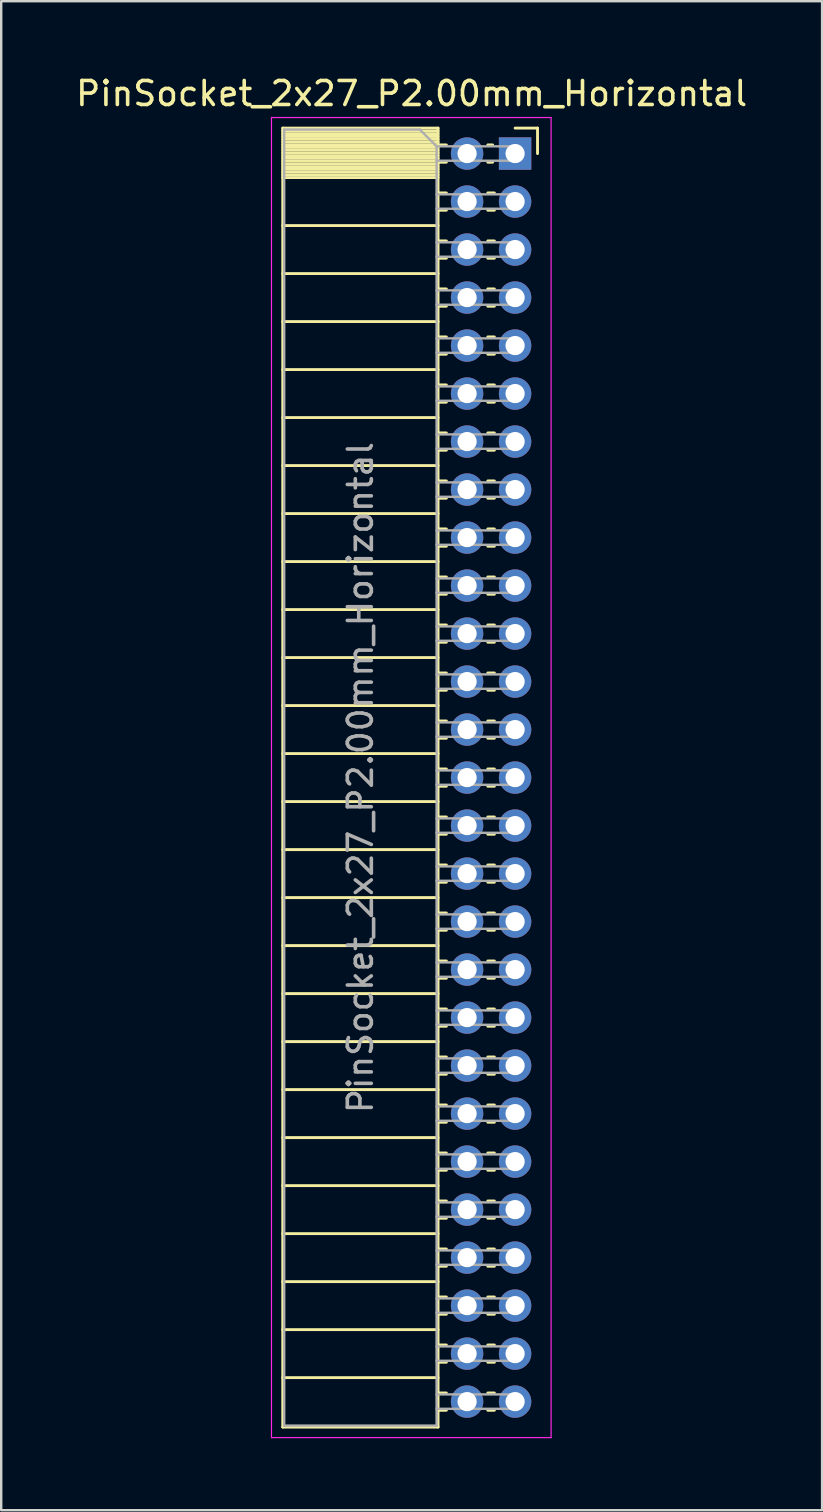
<source format=kicad_pcb>
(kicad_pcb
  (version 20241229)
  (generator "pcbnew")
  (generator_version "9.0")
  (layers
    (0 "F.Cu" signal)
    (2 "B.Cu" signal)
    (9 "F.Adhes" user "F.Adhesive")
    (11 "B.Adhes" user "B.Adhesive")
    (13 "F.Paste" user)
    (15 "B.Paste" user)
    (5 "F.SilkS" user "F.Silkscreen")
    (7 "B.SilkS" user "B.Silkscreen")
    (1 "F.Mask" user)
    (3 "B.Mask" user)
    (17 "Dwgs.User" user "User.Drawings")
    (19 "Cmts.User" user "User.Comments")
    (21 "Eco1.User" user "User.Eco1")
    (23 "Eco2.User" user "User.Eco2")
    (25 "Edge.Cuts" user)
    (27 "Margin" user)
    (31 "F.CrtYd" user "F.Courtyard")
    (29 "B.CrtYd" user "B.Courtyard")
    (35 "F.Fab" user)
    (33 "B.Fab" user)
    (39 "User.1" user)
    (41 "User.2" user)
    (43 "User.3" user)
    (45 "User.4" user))
  (footprint "PinSocket_2x27_P2.00mm_Horizontal"
    (layer "F.Cu")
    (at 18.411 3.348)
    (property "Reference" "PinSocket_2x27_P2.00mm_Horizontal" (at -4.31 -2.5 0) (layer "F.SilkS") (effects (font (size 1 1) (thickness 0.15))))
    (attr through_hole)
    (fp_line (start -9.68 -1.06) (end -9.68 53.06) (stroke (width 0.12) (type solid)) (layer "F.SilkS"))
    (fp_line (start -9.68 -1.06) (end -3.21 -1.06) (stroke (width 0.12) (type solid)) (layer "F.SilkS"))
    (fp_line (start -9.68 -0.94) (end -3.21 -0.94) (stroke (width 0.12) (type solid)) (layer "F.SilkS"))
    (fp_line (start -9.68 -0.826) (end -3.21 -0.826) (stroke (width 0.12) (type solid)) (layer "F.SilkS"))
    (fp_line (start -9.68 -0.712) (end -3.21 -0.712) (stroke (width 0.12) (type solid)) (layer "F.SilkS"))
    (fp_line (start -9.68 -0.598) (end -3.21 -0.598) (stroke (width 0.12) (type solid)) (layer "F.SilkS"))
    (fp_line (start -9.68 -0.484) (end -3.21 -0.484) (stroke (width 0.12) (type solid)) (layer "F.SilkS"))
    (fp_line (start -9.68 -0.369) (end -3.21 -0.369) (stroke (width 0.12) (type solid)) (layer "F.SilkS"))
    (fp_line (start -9.68 -0.255) (end -3.21 -0.255) (stroke (width 0.12) (type solid)) (layer "F.SilkS"))
    (fp_line (start -9.68 -0.141) (end -3.21 -0.141) (stroke (width 0.12) (type solid)) (layer "F.SilkS"))
    (fp_line (start -9.68 -0.027) (end -3.21 -0.027) (stroke (width 0.12) (type solid)) (layer "F.SilkS"))
    (fp_line (start -9.68 0.087) (end -3.21 0.087) (stroke (width 0.12) (type solid)) (layer "F.SilkS"))
    (fp_line (start -9.68 0.201) (end -3.21 0.201) (stroke (width 0.12) (type solid)) (layer "F.SilkS"))
    (fp_line (start -9.68 0.315) (end -3.21 0.315) (stroke (width 0.12) (type solid)) (layer "F.SilkS"))
    (fp_line (start -9.68 0.429) (end -3.21 0.429) (stroke (width 0.12) (type solid)) (layer "F.SilkS"))
    (fp_line (start -9.68 0.544) (end -3.21 0.544) (stroke (width 0.12) (type solid)) (layer "F.SilkS"))
    (fp_line (start -9.68 0.658) (end -3.21 0.658) (stroke (width 0.12) (type solid)) (layer "F.SilkS"))
    (fp_line (start -9.68 0.772) (end -3.21 0.772) (stroke (width 0.12) (type solid)) (layer "F.SilkS"))
    (fp_line (start -9.68 0.886) (end -3.21 0.886) (stroke (width 0.12) (type solid)) (layer "F.SilkS"))
    (fp_line (start -9.68 1) (end -3.21 1) (stroke (width 0.12) (type solid)) (layer "F.SilkS"))
    (fp_line (start -9.68 3) (end -3.21 3) (stroke (width 0.12) (type solid)) (layer "F.SilkS"))
    (fp_line (start -9.68 5) (end -3.21 5) (stroke (width 0.12) (type solid)) (layer "F.SilkS"))
    (fp_line (start -9.68 7) (end -3.21 7) (stroke (width 0.12) (type solid)) (layer "F.SilkS"))
    (fp_line (start -9.68 9) (end -3.21 9) (stroke (width 0.12) (type solid)) (layer "F.SilkS"))
    (fp_line (start -9.68 11) (end -3.21 11) (stroke (width 0.12) (type solid)) (layer "F.SilkS"))
    (fp_line (start -9.68 13) (end -3.21 13) (stroke (width 0.12) (type solid)) (layer "F.SilkS"))
    (fp_line (start -9.68 15) (end -3.21 15) (stroke (width 0.12) (type solid)) (layer "F.SilkS"))
    (fp_line (start -9.68 17) (end -3.21 17) (stroke (width 0.12) (type solid)) (layer "F.SilkS"))
    (fp_line (start -9.68 19) (end -3.21 19) (stroke (width 0.12) (type solid)) (layer "F.SilkS"))
    (fp_line (start -9.68 21) (end -3.21 21) (stroke (width 0.12) (type solid)) (layer "F.SilkS"))
    (fp_line (start -9.68 23) (end -3.21 23) (stroke (width 0.12) (type solid)) (layer "F.SilkS"))
    (fp_line (start -9.68 25) (end -3.21 25) (stroke (width 0.12) (type solid)) (layer "F.SilkS"))
    (fp_line (start -9.68 27) (end -3.21 27) (stroke (width 0.12) (type solid)) (layer "F.SilkS"))
    (fp_line (start -9.68 29) (end -3.21 29) (stroke (width 0.12) (type solid)) (layer "F.SilkS"))
    (fp_line (start -9.68 31) (end -3.21 31) (stroke (width 0.12) (type solid)) (layer "F.SilkS"))
    (fp_line (start -9.68 33) (end -3.21 33) (stroke (width 0.12) (type solid)) (layer "F.SilkS"))
    (fp_line (start -9.68 35) (end -3.21 35) (stroke (width 0.12) (type solid)) (layer "F.SilkS"))
    (fp_line (start -9.68 37) (end -3.21 37) (stroke (width 0.12) (type solid)) (layer "F.SilkS"))
    (fp_line (start -9.68 39) (end -3.21 39) (stroke (width 0.12) (type solid)) (layer "F.SilkS"))
    (fp_line (start -9.68 41) (end -3.21 41) (stroke (width 0.12) (type solid)) (layer "F.SilkS"))
    (fp_line (start -9.68 43) (end -3.21 43) (stroke (width 0.12) (type solid)) (layer "F.SilkS"))
    (fp_line (start -9.68 45) (end -3.21 45) (stroke (width 0.12) (type solid)) (layer "F.SilkS"))
    (fp_line (start -9.68 47) (end -3.21 47) (stroke (width 0.12) (type solid)) (layer "F.SilkS"))
    (fp_line (start -9.68 49) (end -3.21 49) (stroke (width 0.12) (type solid)) (layer "F.SilkS"))
    (fp_line (start -9.68 51) (end -3.21 51) (stroke (width 0.12) (type solid)) (layer "F.SilkS"))
    (fp_line (start -9.68 53.06) (end -3.21 53.06) (stroke (width 0.12) (type solid)) (layer "F.SilkS"))
    (fp_line (start -3.21 -1.06) (end -3.21 53.06) (stroke (width 0.12) (type solid)) (layer "F.SilkS"))
    (fp_line (start -3.21 -0.36) (end -2.863 -0.36) (stroke (width 0.12) (type solid)) (layer "F.SilkS"))
    (fp_line (start -3.21 0.36) (end -2.863 0.36) (stroke (width 0.12) (type solid)) (layer "F.SilkS"))
    (fp_line (start -3.21 1.64) (end -2.863 1.64) (stroke (width 0.12) (type solid)) (layer "F.SilkS"))
    (fp_line (start -3.21 2.36) (end -2.863 2.36) (stroke (width 0.12) (type solid)) (layer "F.SilkS"))
    (fp_line (start -3.21 3.64) (end -2.863 3.64) (stroke (width 0.12) (type solid)) (layer "F.SilkS"))
    (fp_line (start -3.21 4.36) (end -2.863 4.36) (stroke (width 0.12) (type solid)) (layer "F.SilkS"))
    (fp_line (start -3.21 5.64) (end -2.863 5.64) (stroke (width 0.12) (type solid)) (layer "F.SilkS"))
    (fp_line (start -3.21 6.36) (end -2.863 6.36) (stroke (width 0.12) (type solid)) (layer "F.SilkS"))
    (fp_line (start -3.21 7.64) (end -2.863 7.64) (stroke (width 0.12) (type solid)) (layer "F.SilkS"))
    (fp_line (start -3.21 8.36) (end -2.863 8.36) (stroke (width 0.12) (type solid)) (layer "F.SilkS"))
    (fp_line (start -3.21 9.64) (end -2.863 9.64) (stroke (width 0.12) (type solid)) (layer "F.SilkS"))
    (fp_line (start -3.21 10.36) (end -2.863 10.36) (stroke (width 0.12) (type solid)) (layer "F.SilkS"))
    (fp_line (start -3.21 11.64) (end -2.863 11.64) (stroke (width 0.12) (type solid)) (layer "F.SilkS"))
    (fp_line (start -3.21 12.36) (end -2.863 12.36) (stroke (width 0.12) (type solid)) (layer "F.SilkS"))
    (fp_line (start -3.21 13.64) (end -2.863 13.64) (stroke (width 0.12) (type solid)) (layer "F.SilkS"))
    (fp_line (start -3.21 14.36) (end -2.863 14.36) (stroke (width 0.12) (type solid)) (layer "F.SilkS"))
    (fp_line (start -3.21 15.64) (end -2.863 15.64) (stroke (width 0.12) (type solid)) (layer "F.SilkS"))
    (fp_line (start -3.21 16.36) (end -2.863 16.36) (stroke (width 0.12) (type solid)) (layer "F.SilkS"))
    (fp_line (start -3.21 17.64) (end -2.863 17.64) (stroke (width 0.12) (type solid)) (layer "F.SilkS"))
    (fp_line (start -3.21 18.36) (end -2.863 18.36) (stroke (width 0.12) (type solid)) (layer "F.SilkS"))
    (fp_line (start -3.21 19.64) (end -2.863 19.64) (stroke (width 0.12) (type solid)) (layer "F.SilkS"))
    (fp_line (start -3.21 20.36) (end -2.863 20.36) (stroke (width 0.12) (type solid)) (layer "F.SilkS"))
    (fp_line (start -3.21 21.64) (end -2.863 21.64) (stroke (width 0.12) (type solid)) (layer "F.SilkS"))
    (fp_line (start -3.21 22.36) (end -2.863 22.36) (stroke (width 0.12) (type solid)) (layer "F.SilkS"))
    (fp_line (start -3.21 23.64) (end -2.863 23.64) (stroke (width 0.12) (type solid)) (layer "F.SilkS"))
    (fp_line (start -3.21 24.36) (end -2.863 24.36) (stroke (width 0.12) (type solid)) (layer "F.SilkS"))
    (fp_line (start -3.21 25.64) (end -2.863 25.64) (stroke (width 0.12) (type solid)) (layer "F.SilkS"))
    (fp_line (start -3.21 26.36) (end -2.863 26.36) (stroke (width 0.12) (type solid)) (layer "F.SilkS"))
    (fp_line (start -3.21 27.64) (end -2.863 27.64) (stroke (width 0.12) (type solid)) (layer "F.SilkS"))
    (fp_line (start -3.21 28.36) (end -2.863 28.36) (stroke (width 0.12) (type solid)) (layer "F.SilkS"))
    (fp_line (start -3.21 29.64) (end -2.863 29.64) (stroke (width 0.12) (type solid)) (layer "F.SilkS"))
    (fp_line (start -3.21 30.36) (end -2.863 30.36) (stroke (width 0.12) (type solid)) (layer "F.SilkS"))
    (fp_line (start -3.21 31.64) (end -2.863 31.64) (stroke (width 0.12) (type solid)) (layer "F.SilkS"))
    (fp_line (start -3.21 32.36) (end -2.863 32.36) (stroke (width 0.12) (type solid)) (layer "F.SilkS"))
    (fp_line (start -3.21 33.64) (end -2.863 33.64) (stroke (width 0.12) (type solid)) (layer "F.SilkS"))
    (fp_line (start -3.21 34.36) (end -2.863 34.36) (stroke (width 0.12) (type solid)) (layer "F.SilkS"))
    (fp_line (start -3.21 35.64) (end -2.863 35.64) (stroke (width 0.12) (type solid)) (layer "F.SilkS"))
    (fp_line (start -3.21 36.36) (end -2.863 36.36) (stroke (width 0.12) (type solid)) (layer "F.SilkS"))
    (fp_line (start -3.21 37.64) (end -2.863 37.64) (stroke (width 0.12) (type solid)) (layer "F.SilkS"))
    (fp_line (start -3.21 38.36) (end -2.863 38.36) (stroke (width 0.12) (type solid)) (layer "F.SilkS"))
    (fp_line (start -3.21 39.64) (end -2.863 39.64) (stroke (width 0.12) (type solid)) (layer "F.SilkS"))
    (fp_line (start -3.21 40.36) (end -2.863 40.36) (stroke (width 0.12) (type solid)) (layer "F.SilkS"))
    (fp_line (start -3.21 41.64) (end -2.863 41.64) (stroke (width 0.12) (type solid)) (layer "F.SilkS"))
    (fp_line (start -3.21 42.36) (end -2.863 42.36) (stroke (width 0.12) (type solid)) (layer "F.SilkS"))
    (fp_line (start -3.21 43.64) (end -2.863 43.64) (stroke (width 0.12) (type solid)) (layer "F.SilkS"))
    (fp_line (start -3.21 44.36) (end -2.863 44.36) (stroke (width 0.12) (type solid)) (layer "F.SilkS"))
    (fp_line (start -3.21 45.64) (end -2.863 45.64) (stroke (width 0.12) (type solid)) (layer "F.SilkS"))
    (fp_line (start -3.21 46.36) (end -2.863 46.36) (stroke (width 0.12) (type solid)) (layer "F.SilkS"))
    (fp_line (start -3.21 47.64) (end -2.863 47.64) (stroke (width 0.12) (type solid)) (layer "F.SilkS"))
    (fp_line (start -3.21 48.36) (end -2.863 48.36) (stroke (width 0.12) (type solid)) (layer "F.SilkS"))
    (fp_line (start -3.21 49.64) (end -2.863 49.64) (stroke (width 0.12) (type solid)) (layer "F.SilkS"))
    (fp_line (start -3.21 50.36) (end -2.863 50.36) (stroke (width 0.12) (type solid)) (layer "F.SilkS"))
    (fp_line (start -3.21 51.64) (end -2.863 51.64) (stroke (width 0.12) (type solid)) (layer "F.SilkS"))
    (fp_line (start -3.21 52.36) (end -2.863 52.36) (stroke (width 0.12) (type solid)) (layer "F.SilkS"))
    (fp_line (start -1.137 -0.36) (end -0.935 -0.36) (stroke (width 0.12) (type solid)) (layer "F.SilkS"))
    (fp_line (start -1.137 0.36) (end -0.935 0.36) (stroke (width 0.12) (type solid)) (layer "F.SilkS"))
    (fp_line (start -1.137 1.64) (end -0.863 1.64) (stroke (width 0.12) (type solid)) (layer "F.SilkS"))
    (fp_line (start -1.137 2.36) (end -0.863 2.36) (stroke (width 0.12) (type solid)) (layer "F.SilkS"))
    (fp_line (start -1.137 3.64) (end -0.863 3.64) (stroke (width 0.12) (type solid)) (layer "F.SilkS"))
    (fp_line (start -1.137 4.36) (end -0.863 4.36) (stroke (width 0.12) (type solid)) (layer "F.SilkS"))
    (fp_line (start -1.137 5.64) (end -0.863 5.64) (stroke (width 0.12) (type solid)) (layer "F.SilkS"))
    (fp_line (start -1.137 6.36) (end -0.863 6.36) (stroke (width 0.12) (type solid)) (layer "F.SilkS"))
    (fp_line (start -1.137 7.64) (end -0.863 7.64) (stroke (width 0.12) (type solid)) (layer "F.SilkS"))
    (fp_line (start -1.137 8.36) (end -0.863 8.36) (stroke (width 0.12) (type solid)) (layer "F.SilkS"))
    (fp_line (start -1.137 9.64) (end -0.863 9.64) (stroke (width 0.12) (type solid)) (layer "F.SilkS"))
    (fp_line (start -1.137 10.36) (end -0.863 10.36) (stroke (width 0.12) (type solid)) (layer "F.SilkS"))
    (fp_line (start -1.137 11.64) (end -0.863 11.64) (stroke (width 0.12) (type solid)) (layer "F.SilkS"))
    (fp_line (start -1.137 12.36) (end -0.863 12.36) (stroke (width 0.12) (type solid)) (layer "F.SilkS"))
    (fp_line (start -1.137 13.64) (end -0.863 13.64) (stroke (width 0.12) (type solid)) (layer "F.SilkS"))
    (fp_line (start -1.137 14.36) (end -0.863 14.36) (stroke (width 0.12) (type solid)) (layer "F.SilkS"))
    (fp_line (start -1.137 15.64) (end -0.863 15.64) (stroke (width 0.12) (type solid)) (layer "F.SilkS"))
    (fp_line (start -1.137 16.36) (end -0.863 16.36) (stroke (width 0.12) (type solid)) (layer "F.SilkS"))
    (fp_line (start -1.137 17.64) (end -0.863 17.64) (stroke (width 0.12) (type solid)) (layer "F.SilkS"))
    (fp_line (start -1.137 18.36) (end -0.863 18.36) (stroke (width 0.12) (type solid)) (layer "F.SilkS"))
    (fp_line (start -1.137 19.64) (end -0.863 19.64) (stroke (width 0.12) (type solid)) (layer "F.SilkS"))
    (fp_line (start -1.137 20.36) (end -0.863 20.36) (stroke (width 0.12) (type solid)) (layer "F.SilkS"))
    (fp_line (start -1.137 21.64) (end -0.863 21.64) (stroke (width 0.12) (type solid)) (layer "F.SilkS"))
    (fp_line (start -1.137 22.36) (end -0.863 22.36) (stroke (width 0.12) (type solid)) (layer "F.SilkS"))
    (fp_line (start -1.137 23.64) (end -0.863 23.64) (stroke (width 0.12) (type solid)) (layer "F.SilkS"))
    (fp_line (start -1.137 24.36) (end -0.863 24.36) (stroke (width 0.12) (type solid)) (layer "F.SilkS"))
    (fp_line (start -1.137 25.64) (end -0.863 25.64) (stroke (width 0.12) (type solid)) (layer "F.SilkS"))
    (fp_line (start -1.137 26.36) (end -0.863 26.36) (stroke (width 0.12) (type solid)) (layer "F.SilkS"))
    (fp_line (start -1.137 27.64) (end -0.863 27.64) (stroke (width 0.12) (type solid)) (layer "F.SilkS"))
    (fp_line (start -1.137 28.36) (end -0.863 28.36) (stroke (width 0.12) (type solid)) (layer "F.SilkS"))
    (fp_line (start -1.137 29.64) (end -0.863 29.64) (stroke (width 0.12) (type solid)) (layer "F.SilkS"))
    (fp_line (start -1.137 30.36) (end -0.863 30.36) (stroke (width 0.12) (type solid)) (layer "F.SilkS"))
    (fp_line (start -1.137 31.64) (end -0.863 31.64) (stroke (width 0.12) (type solid)) (layer "F.SilkS"))
    (fp_line (start -1.137 32.36) (end -0.863 32.36) (stroke (width 0.12) (type solid)) (layer "F.SilkS"))
    (fp_line (start -1.137 33.64) (end -0.863 33.64) (stroke (width 0.12) (type solid)) (layer "F.SilkS"))
    (fp_line (start -1.137 34.36) (end -0.863 34.36) (stroke (width 0.12) (type solid)) (layer "F.SilkS"))
    (fp_line (start -1.137 35.64) (end -0.863 35.64) (stroke (width 0.12) (type solid)) (layer "F.SilkS"))
    (fp_line (start -1.137 36.36) (end -0.863 36.36) (stroke (width 0.12) (type solid)) (layer "F.SilkS"))
    (fp_line (start -1.137 37.64) (end -0.863 37.64) (stroke (width 0.12) (type solid)) (layer "F.SilkS"))
    (fp_line (start -1.137 38.36) (end -0.863 38.36) (stroke (width 0.12) (type solid)) (layer "F.SilkS"))
    (fp_line (start -1.137 39.64) (end -0.863 39.64) (stroke (width 0.12) (type solid)) (layer "F.SilkS"))
    (fp_line (start -1.137 40.36) (end -0.863 40.36) (stroke (width 0.12) (type solid)) (layer "F.SilkS"))
    (fp_line (start -1.137 41.64) (end -0.863 41.64) (stroke (width 0.12) (type solid)) (layer "F.SilkS"))
    (fp_line (start -1.137 42.36) (end -0.863 42.36) (stroke (width 0.12) (type solid)) (layer "F.SilkS"))
    (fp_line (start -1.137 43.64) (end -0.863 43.64) (stroke (width 0.12) (type solid)) (layer "F.SilkS"))
    (fp_line (start -1.137 44.36) (end -0.863 44.36) (stroke (width 0.12) (type solid)) (layer "F.SilkS"))
    (fp_line (start -1.137 45.64) (end -0.863 45.64) (stroke (width 0.12) (type solid)) (layer "F.SilkS"))
    (fp_line (start -1.137 46.36) (end -0.863 46.36) (stroke (width 0.12) (type solid)) (layer "F.SilkS"))
    (fp_line (start -1.137 47.64) (end -0.863 47.64) (stroke (width 0.12) (type solid)) (layer "F.SilkS"))
    (fp_line (start -1.137 48.36) (end -0.863 48.36) (stroke (width 0.12) (type solid)) (layer "F.SilkS"))
    (fp_line (start -1.137 49.64) (end -0.863 49.64) (stroke (width 0.12) (type solid)) (layer "F.SilkS"))
    (fp_line (start -1.137 50.36) (end -0.863 50.36) (stroke (width 0.12) (type solid)) (layer "F.SilkS"))
    (fp_line (start -1.137 51.64) (end -0.863 51.64) (stroke (width 0.12) (type solid)) (layer "F.SilkS"))
    (fp_line (start -1.137 52.36) (end -0.863 52.36) (stroke (width 0.12) (type solid)) (layer "F.SilkS"))
    (fp_line (start 0 -1.06) (end 0.935 -1.06) (stroke (width 0.12) (type solid)) (layer "F.SilkS"))
    (fp_line (start 0.935 -1.06) (end 0.935 0) (stroke (width 0.12) (type solid)) (layer "F.SilkS"))
    (fp_line (start -10.15 -1.5) (end -10.15 53.5) (stroke (width 0.05) (type solid)) (layer "F.CrtYd"))
    (fp_line (start -10.15 53.5) (end 1.5 53.5) (stroke (width 0.05) (type solid)) (layer "F.CrtYd"))
    (fp_line (start 1.5 -1.5) (end -10.15 -1.5) (stroke (width 0.05) (type solid)) (layer "F.CrtYd"))
    (fp_line (start 1.5 53.5) (end 1.5 -1.5) (stroke (width 0.05) (type solid)) (layer "F.CrtYd"))
    (fp_line (start -9.62 -1) (end -3.97 -1) (stroke (width 0.1) (type solid)) (layer "F.Fab"))
    (fp_line (start -9.62 53) (end -9.62 -1) (stroke (width 0.1) (type solid)) (layer "F.Fab"))
    (fp_line (start -3.97 -1) (end -3.27 -0.3) (stroke (width 0.1) (type solid)) (layer "F.Fab"))
    (fp_line (start -3.27 -0.3) (end -3.27 53) (stroke (width 0.1) (type solid)) (layer "F.Fab"))
    (fp_line (start -3.27 0.3) (end 0 0.3) (stroke (width 0.1) (type solid)) (layer "F.Fab"))
    (fp_line (start -3.27 2.3) (end 0 2.3) (stroke (width 0.1) (type solid)) (layer "F.Fab"))
    (fp_line (start -3.27 4.3) (end 0 4.3) (stroke (width 0.1) (type solid)) (layer "F.Fab"))
    (fp_line (start -3.27 6.3) (end 0 6.3) (stroke (width 0.1) (type solid)) (layer "F.Fab"))
    (fp_line (start -3.27 8.3) (end 0 8.3) (stroke (width 0.1) (type solid)) (layer "F.Fab"))
    (fp_line (start -3.27 10.3) (end 0 10.3) (stroke (width 0.1) (type solid)) (layer "F.Fab"))
    (fp_line (start -3.27 12.3) (end 0 12.3) (stroke (width 0.1) (type solid)) (layer "F.Fab"))
    (fp_line (start -3.27 14.3) (end 0 14.3) (stroke (width 0.1) (type solid)) (layer "F.Fab"))
    (fp_line (start -3.27 16.3) (end 0 16.3) (stroke (width 0.1) (type solid)) (layer "F.Fab"))
    (fp_line (start -3.27 18.3) (end 0 18.3) (stroke (width 0.1) (type solid)) (layer "F.Fab"))
    (fp_line (start -3.27 20.3) (end 0 20.3) (stroke (width 0.1) (type solid)) (layer "F.Fab"))
    (fp_line (start -3.27 22.3) (end 0 22.3) (stroke (width 0.1) (type solid)) (layer "F.Fab"))
    (fp_line (start -3.27 24.3) (end 0 24.3) (stroke (width 0.1) (type solid)) (layer "F.Fab"))
    (fp_line (start -3.27 26.3) (end 0 26.3) (stroke (width 0.1) (type solid)) (layer "F.Fab"))
    (fp_line (start -3.27 28.3) (end 0 28.3) (stroke (width 0.1) (type solid)) (layer "F.Fab"))
    (fp_line (start -3.27 30.3) (end 0 30.3) (stroke (width 0.1) (type solid)) (layer "F.Fab"))
    (fp_line (start -3.27 32.3) (end 0 32.3) (stroke (width 0.1) (type solid)) (layer "F.Fab"))
    (fp_line (start -3.27 34.3) (end 0 34.3) (stroke (width 0.1) (type solid)) (layer "F.Fab"))
    (fp_line (start -3.27 36.3) (end 0 36.3) (stroke (width 0.1) (type solid)) (layer "F.Fab"))
    (fp_line (start -3.27 38.3) (end 0 38.3) (stroke (width 0.1) (type solid)) (layer "F.Fab"))
    (fp_line (start -3.27 40.3) (end 0 40.3) (stroke (width 0.1) (type solid)) (layer "F.Fab"))
    (fp_line (start -3.27 42.3) (end 0 42.3) (stroke (width 0.1) (type solid)) (layer "F.Fab"))
    (fp_line (start -3.27 44.3) (end 0 44.3) (stroke (width 0.1) (type solid)) (layer "F.Fab"))
    (fp_line (start -3.27 46.3) (end 0 46.3) (stroke (width 0.1) (type solid)) (layer "F.Fab"))
    (fp_line (start -3.27 48.3) (end 0 48.3) (stroke (width 0.1) (type solid)) (layer "F.Fab"))
    (fp_line (start -3.27 50.3) (end 0 50.3) (stroke (width 0.1) (type solid)) (layer "F.Fab"))
    (fp_line (start -3.27 52.3) (end 0 52.3) (stroke (width 0.1) (type solid)) (layer "F.Fab"))
    (fp_line (start -3.27 53) (end -9.62 53) (stroke (width 0.1) (type solid)) (layer "F.Fab"))
    (fp_line (start 0 -0.3) (end -3.27 -0.3) (stroke (width 0.1) (type solid)) (layer "F.Fab"))
    (fp_line (start 0 0.3) (end 0 -0.3) (stroke (width 0.1) (type solid)) (layer "F.Fab"))
    (fp_line (start 0 1.7) (end -3.27 1.7) (stroke (width 0.1) (type solid)) (layer "F.Fab"))
    (fp_line (start 0 2.3) (end 0 1.7) (stroke (width 0.1) (type solid)) (layer "F.Fab"))
    (fp_line (start 0 3.7) (end -3.27 3.7) (stroke (width 0.1) (type solid)) (layer "F.Fab"))
    (fp_line (start 0 4.3) (end 0 3.7) (stroke (width 0.1) (type solid)) (layer "F.Fab"))
    (fp_line (start 0 5.7) (end -3.27 5.7) (stroke (width 0.1) (type solid)) (layer "F.Fab"))
    (fp_line (start 0 6.3) (end 0 5.7) (stroke (width 0.1) (type solid)) (layer "F.Fab"))
    (fp_line (start 0 7.7) (end -3.27 7.7) (stroke (width 0.1) (type solid)) (layer "F.Fab"))
    (fp_line (start 0 8.3) (end 0 7.7) (stroke (width 0.1) (type solid)) (layer "F.Fab"))
    (fp_line (start 0 9.7) (end -3.27 9.7) (stroke (width 0.1) (type solid)) (layer "F.Fab"))
    (fp_line (start 0 10.3) (end 0 9.7) (stroke (width 0.1) (type solid)) (layer "F.Fab"))
    (fp_line (start 0 11.7) (end -3.27 11.7) (stroke (width 0.1) (type solid)) (layer "F.Fab"))
    (fp_line (start 0 12.3) (end 0 11.7) (stroke (width 0.1) (type solid)) (layer "F.Fab"))
    (fp_line (start 0 13.7) (end -3.27 13.7) (stroke (width 0.1) (type solid)) (layer "F.Fab"))
    (fp_line (start 0 14.3) (end 0 13.7) (stroke (width 0.1) (type solid)) (layer "F.Fab"))
    (fp_line (start 0 15.7) (end -3.27 15.7) (stroke (width 0.1) (type solid)) (layer "F.Fab"))
    (fp_line (start 0 16.3) (end 0 15.7) (stroke (width 0.1) (type solid)) (layer "F.Fab"))
    (fp_line (start 0 17.7) (end -3.27 17.7) (stroke (width 0.1) (type solid)) (layer "F.Fab"))
    (fp_line (start 0 18.3) (end 0 17.7) (stroke (width 0.1) (type solid)) (layer "F.Fab"))
    (fp_line (start 0 19.7) (end -3.27 19.7) (stroke (width 0.1) (type solid)) (layer "F.Fab"))
    (fp_line (start 0 20.3) (end 0 19.7) (stroke (width 0.1) (type solid)) (layer "F.Fab"))
    (fp_line (start 0 21.7) (end -3.27 21.7) (stroke (width 0.1) (type solid)) (layer "F.Fab"))
    (fp_line (start 0 22.3) (end 0 21.7) (stroke (width 0.1) (type solid)) (layer "F.Fab"))
    (fp_line (start 0 23.7) (end -3.27 23.7) (stroke (width 0.1) (type solid)) (layer "F.Fab"))
    (fp_line (start 0 24.3) (end 0 23.7) (stroke (width 0.1) (type solid)) (layer "F.Fab"))
    (fp_line (start 0 25.7) (end -3.27 25.7) (stroke (width 0.1) (type solid)) (layer "F.Fab"))
    (fp_line (start 0 26.3) (end 0 25.7) (stroke (width 0.1) (type solid)) (layer "F.Fab"))
    (fp_line (start 0 27.7) (end -3.27 27.7) (stroke (width 0.1) (type solid)) (layer "F.Fab"))
    (fp_line (start 0 28.3) (end 0 27.7) (stroke (width 0.1) (type solid)) (layer "F.Fab"))
    (fp_line (start 0 29.7) (end -3.27 29.7) (stroke (width 0.1) (type solid)) (layer "F.Fab"))
    (fp_line (start 0 30.3) (end 0 29.7) (stroke (width 0.1) (type solid)) (layer "F.Fab"))
    (fp_line (start 0 31.7) (end -3.27 31.7) (stroke (width 0.1) (type solid)) (layer "F.Fab"))
    (fp_line (start 0 32.3) (end 0 31.7) (stroke (width 0.1) (type solid)) (layer "F.Fab"))
    (fp_line (start 0 33.7) (end -3.27 33.7) (stroke (width 0.1) (type solid)) (layer "F.Fab"))
    (fp_line (start 0 34.3) (end 0 33.7) (stroke (width 0.1) (type solid)) (layer "F.Fab"))
    (fp_line (start 0 35.7) (end -3.27 35.7) (stroke (width 0.1) (type solid)) (layer "F.Fab"))
    (fp_line (start 0 36.3) (end 0 35.7) (stroke (width 0.1) (type solid)) (layer "F.Fab"))
    (fp_line (start 0 37.7) (end -3.27 37.7) (stroke (width 0.1) (type solid)) (layer "F.Fab"))
    (fp_line (start 0 38.3) (end 0 37.7) (stroke (width 0.1) (type solid)) (layer "F.Fab"))
    (fp_line (start 0 39.7) (end -3.27 39.7) (stroke (width 0.1) (type solid)) (layer "F.Fab"))
    (fp_line (start 0 40.3) (end 0 39.7) (stroke (width 0.1) (type solid)) (layer "F.Fab"))
    (fp_line (start 0 41.7) (end -3.27 41.7) (stroke (width 0.1) (type solid)) (layer "F.Fab"))
    (fp_line (start 0 42.3) (end 0 41.7) (stroke (width 0.1) (type solid)) (layer "F.Fab"))
    (fp_line (start 0 43.7) (end -3.27 43.7) (stroke (width 0.1) (type solid)) (layer "F.Fab"))
    (fp_line (start 0 44.3) (end 0 43.7) (stroke (width 0.1) (type solid)) (layer "F.Fab"))
    (fp_line (start 0 45.7) (end -3.27 45.7) (stroke (width 0.1) (type solid)) (layer "F.Fab"))
    (fp_line (start 0 46.3) (end 0 45.7) (stroke (width 0.1) (type solid)) (layer "F.Fab"))
    (fp_line (start 0 47.7) (end -3.27 47.7) (stroke (width 0.1) (type solid)) (layer "F.Fab"))
    (fp_line (start 0 48.3) (end 0 47.7) (stroke (width 0.1) (type solid)) (layer "F.Fab"))
    (fp_line (start 0 49.7) (end -3.27 49.7) (stroke (width 0.1) (type solid)) (layer "F.Fab"))
    (fp_line (start 0 50.3) (end 0 49.7) (stroke (width 0.1) (type solid)) (layer "F.Fab"))
    (fp_line (start 0 51.7) (end -3.27 51.7) (stroke (width 0.1) (type solid)) (layer "F.Fab"))
    (fp_line (start 0 52.3) (end 0 51.7) (stroke (width 0.1) (type solid)) (layer "F.Fab"))
    (fp_text user "${REFERENCE}" (at -6.445 26 90) (layer "F.Fab") (effects (font (size 1 1) (thickness 0.15))))
    (pad "1" thru_hole rect (at 0 0) (size 1.35 1.35) (drill 0.8) (layers "*.Cu" "*.Mask"))
    (pad "2" thru_hole oval (at -2 0) (size 1.35 1.35) (drill 0.8) (layers "*.Cu" "*.Mask"))
    (pad "3" thru_hole oval (at 0 2) (size 1.35 1.35) (drill 0.8) (layers "*.Cu" "*.Mask"))
    (pad "4" thru_hole oval (at -2 2) (size 1.35 1.35) (drill 0.8) (layers "*.Cu" "*.Mask"))
    (pad "5" thru_hole oval (at 0 4) (size 1.35 1.35) (drill 0.8) (layers "*.Cu" "*.Mask"))
    (pad "6" thru_hole oval (at -2 4) (size 1.35 1.35) (drill 0.8) (layers "*.Cu" "*.Mask"))
    (pad "7" thru_hole oval (at 0 6) (size 1.35 1.35) (drill 0.8) (layers "*.Cu" "*.Mask"))
    (pad "8" thru_hole oval (at -2 6) (size 1.35 1.35) (drill 0.8) (layers "*.Cu" "*.Mask"))
    (pad "9" thru_hole oval (at 0 8) (size 1.35 1.35) (drill 0.8) (layers "*.Cu" "*.Mask"))
    (pad "10" thru_hole oval (at -2 8) (size 1.35 1.35) (drill 0.8) (layers "*.Cu" "*.Mask"))
    (pad "11" thru_hole oval (at 0 10) (size 1.35 1.35) (drill 0.8) (layers "*.Cu" "*.Mask"))
    (pad "12" thru_hole oval (at -2 10) (size 1.35 1.35) (drill 0.8) (layers "*.Cu" "*.Mask"))
    (pad "13" thru_hole oval (at 0 12) (size 1.35 1.35) (drill 0.8) (layers "*.Cu" "*.Mask"))
    (pad "14" thru_hole oval (at -2 12) (size 1.35 1.35) (drill 0.8) (layers "*.Cu" "*.Mask"))
    (pad "15" thru_hole oval (at 0 14) (size 1.35 1.35) (drill 0.8) (layers "*.Cu" "*.Mask"))
    (pad "16" thru_hole oval (at -2 14) (size 1.35 1.35) (drill 0.8) (layers "*.Cu" "*.Mask"))
    (pad "17" thru_hole oval (at 0 16) (size 1.35 1.35) (drill 0.8) (layers "*.Cu" "*.Mask"))
    (pad "18" thru_hole oval (at -2 16) (size 1.35 1.35) (drill 0.8) (layers "*.Cu" "*.Mask"))
    (pad "19" thru_hole oval (at 0 18) (size 1.35 1.35) (drill 0.8) (layers "*.Cu" "*.Mask"))
    (pad "20" thru_hole oval (at -2 18) (size 1.35 1.35) (drill 0.8) (layers "*.Cu" "*.Mask"))
    (pad "21" thru_hole oval (at 0 20) (size 1.35 1.35) (drill 0.8) (layers "*.Cu" "*.Mask"))
    (pad "22" thru_hole oval (at -2 20) (size 1.35 1.35) (drill 0.8) (layers "*.Cu" "*.Mask"))
    (pad "23" thru_hole oval (at 0 22) (size 1.35 1.35) (drill 0.8) (layers "*.Cu" "*.Mask"))
    (pad "24" thru_hole oval (at -2 22) (size 1.35 1.35) (drill 0.8) (layers "*.Cu" "*.Mask"))
    (pad "25" thru_hole oval (at 0 24) (size 1.35 1.35) (drill 0.8) (layers "*.Cu" "*.Mask"))
    (pad "26" thru_hole oval (at -2 24) (size 1.35 1.35) (drill 0.8) (layers "*.Cu" "*.Mask"))
    (pad "27" thru_hole oval (at 0 26) (size 1.35 1.35) (drill 0.8) (layers "*.Cu" "*.Mask"))
    (pad "28" thru_hole oval (at -2 26) (size 1.35 1.35) (drill 0.8) (layers "*.Cu" "*.Mask"))
    (pad "29" thru_hole oval (at 0 28) (size 1.35 1.35) (drill 0.8) (layers "*.Cu" "*.Mask"))
    (pad "30" thru_hole oval (at -2 28) (size 1.35 1.35) (drill 0.8) (layers "*.Cu" "*.Mask"))
    (pad "31" thru_hole oval (at 0 30) (size 1.35 1.35) (drill 0.8) (layers "*.Cu" "*.Mask"))
    (pad "32" thru_hole oval (at -2 30) (size 1.35 1.35) (drill 0.8) (layers "*.Cu" "*.Mask"))
    (pad "33" thru_hole oval (at 0 32) (size 1.35 1.35) (drill 0.8) (layers "*.Cu" "*.Mask"))
    (pad "34" thru_hole oval (at -2 32) (size 1.35 1.35) (drill 0.8) (layers "*.Cu" "*.Mask"))
    (pad "35" thru_hole oval (at 0 34) (size 1.35 1.35) (drill 0.8) (layers "*.Cu" "*.Mask"))
    (pad "36" thru_hole oval (at -2 34) (size 1.35 1.35) (drill 0.8) (layers "*.Cu" "*.Mask"))
    (pad "37" thru_hole oval (at 0 36) (size 1.35 1.35) (drill 0.8) (layers "*.Cu" "*.Mask"))
    (pad "38" thru_hole oval (at -2 36) (size 1.35 1.35) (drill 0.8) (layers "*.Cu" "*.Mask"))
    (pad "39" thru_hole oval (at 0 38) (size 1.35 1.35) (drill 0.8) (layers "*.Cu" "*.Mask"))
    (pad "40" thru_hole oval (at -2 38) (size 1.35 1.35) (drill 0.8) (layers "*.Cu" "*.Mask"))
    (pad "41" thru_hole oval (at 0 40) (size 1.35 1.35) (drill 0.8) (layers "*.Cu" "*.Mask"))
    (pad "42" thru_hole oval (at -2 40) (size 1.35 1.35) (drill 0.8) (layers "*.Cu" "*.Mask"))
    (pad "43" thru_hole oval (at 0 42) (size 1.35 1.35) (drill 0.8) (layers "*.Cu" "*.Mask"))
    (pad "44" thru_hole oval (at -2 42) (size 1.35 1.35) (drill 0.8) (layers "*.Cu" "*.Mask"))
    (pad "45" thru_hole oval (at 0 44) (size 1.35 1.35) (drill 0.8) (layers "*.Cu" "*.Mask"))
    (pad "46" thru_hole oval (at -2 44) (size 1.35 1.35) (drill 0.8) (layers "*.Cu" "*.Mask"))
    (pad "47" thru_hole oval (at 0 46) (size 1.35 1.35) (drill 0.8) (layers "*.Cu" "*.Mask"))
    (pad "48" thru_hole oval (at -2 46) (size 1.35 1.35) (drill 0.8) (layers "*.Cu" "*.Mask"))
    (pad "49" thru_hole oval (at 0 48) (size 1.35 1.35) (drill 0.8) (layers "*.Cu" "*.Mask"))
    (pad "50" thru_hole oval (at -2 48) (size 1.35 1.35) (drill 0.8) (layers "*.Cu" "*.Mask"))
    (pad "51" thru_hole oval (at 0 50) (size 1.35 1.35) (drill 0.8) (layers "*.Cu" "*.Mask"))
    (pad "52" thru_hole oval (at -2 50) (size 1.35 1.35) (drill 0.8) (layers "*.Cu" "*.Mask"))
    (pad "53" thru_hole oval (at 0 52) (size 1.35 1.35) (drill 0.8) (layers "*.Cu" "*.Mask"))
    (pad "54" thru_hole oval (at -2 52) (size 1.35 1.35) (drill 0.8) (layers "*.Cu" "*.Mask")))
  (gr_rect
    (start -3 -3)
    (end 31.202 59.873)
    (stroke (width 0.1) (type default))
    (fill no)
    (layer "Edge.Cuts")))
</source>
